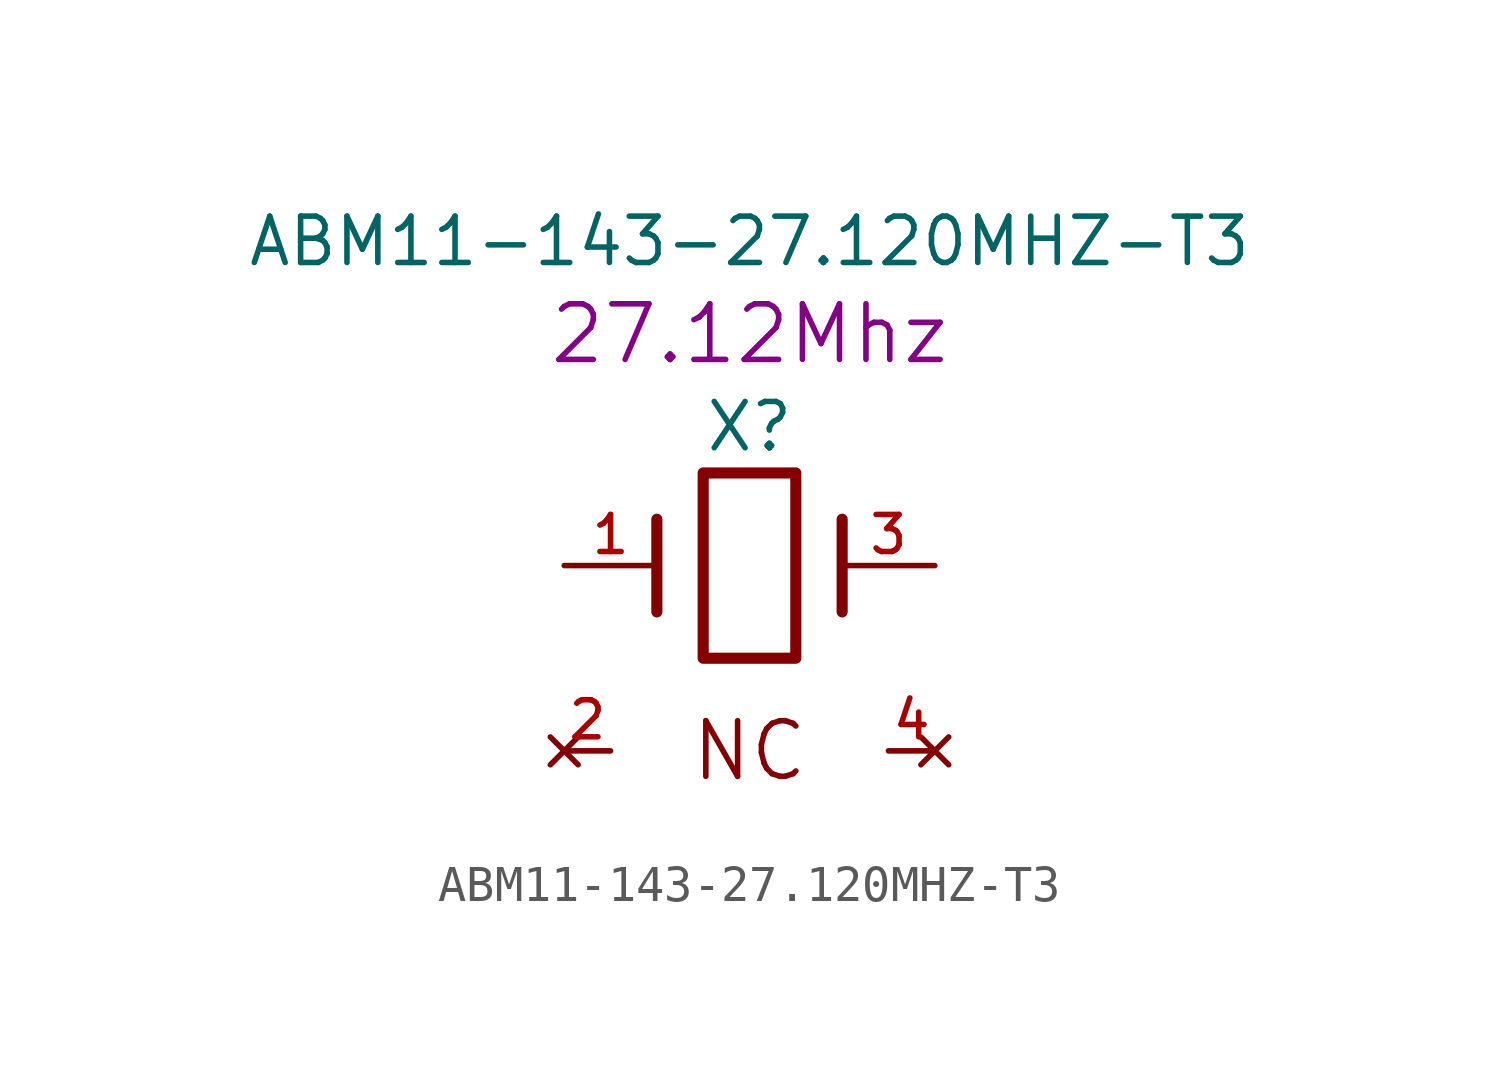
<source format=kicad_sym>
(kicad_symbol_lib
  (version 20220914)
  (generator kicad_symbol_editor)
  (symbol "ABM11-143-27.120MHZ-T3"
    (pin_names
      (offset 1.016) hide)
    (property "Reference" "X"
      (at 0 3.81 0)
      (effects (font (size 1.27 1.27))))
    (property "Value" "ABM11-143-27.120MHZ-T3"
      (at 0 8.89 0)
      (effects (font (size 1.27 1.27))))
    (property "Datasheet" ""
      (at 0 3.81 0)
      (effects (font (size 1.27 1.27))))
    (property "Value2" "27.12Mhz"
      (at 0 6.35 0)
      (effects (font (size 1.524 1.524))))
    (symbol "ABM11-143-27.120MHZ-T3_0_0"
      (text "NC" (at 0 -5.08 0) (effects (font (size 1.524 1.524)))))
    (symbol "ABM11-143-27.120MHZ-T3_0_1"
      (rectangle (start -1.27 2.54) (end 1.27 -2.54) (stroke (width 0.305) (type solid)) (fill (type none)))
      (polyline (pts (xy -2.54 -1.27) (xy -2.54 1.27)) (stroke (width 0.305) (type solid)) (fill (type none)))
      (polyline (pts (xy 2.54 -1.27) (xy 2.54 1.27)) (stroke (width 0.305) (type solid)) (fill (type none))))
    (symbol "ABM11-143-27.120MHZ-T3_1_1"
      (pin passive line (at -5.08 0 0) (length 2.54) (name "1" (effects (font (size 1.016 1.016)))) (number "1" (effects (font (size 1.016 1.016)))))
      (pin no_connect line (at -5.08 -5.08 0) (length 1.27) (name "NC" (effects (font (size 1.016 1.016)))) (number "2" (effects (font (size 1.016 1.016)))))
      (pin passive line (at 5.08 0 180) (length 2.54) (name "3" (effects (font (size 1.016 1.016)))) (number "3" (effects (font (size 1.016 1.016)))))
      (pin no_connect line (at 5.08 -5.08 180) (length 1.27) (name "NC" (effects (font (size 1.016 1.016)))) (number "4" (effects (font (size 1.016 1.016))))))))
</source>
